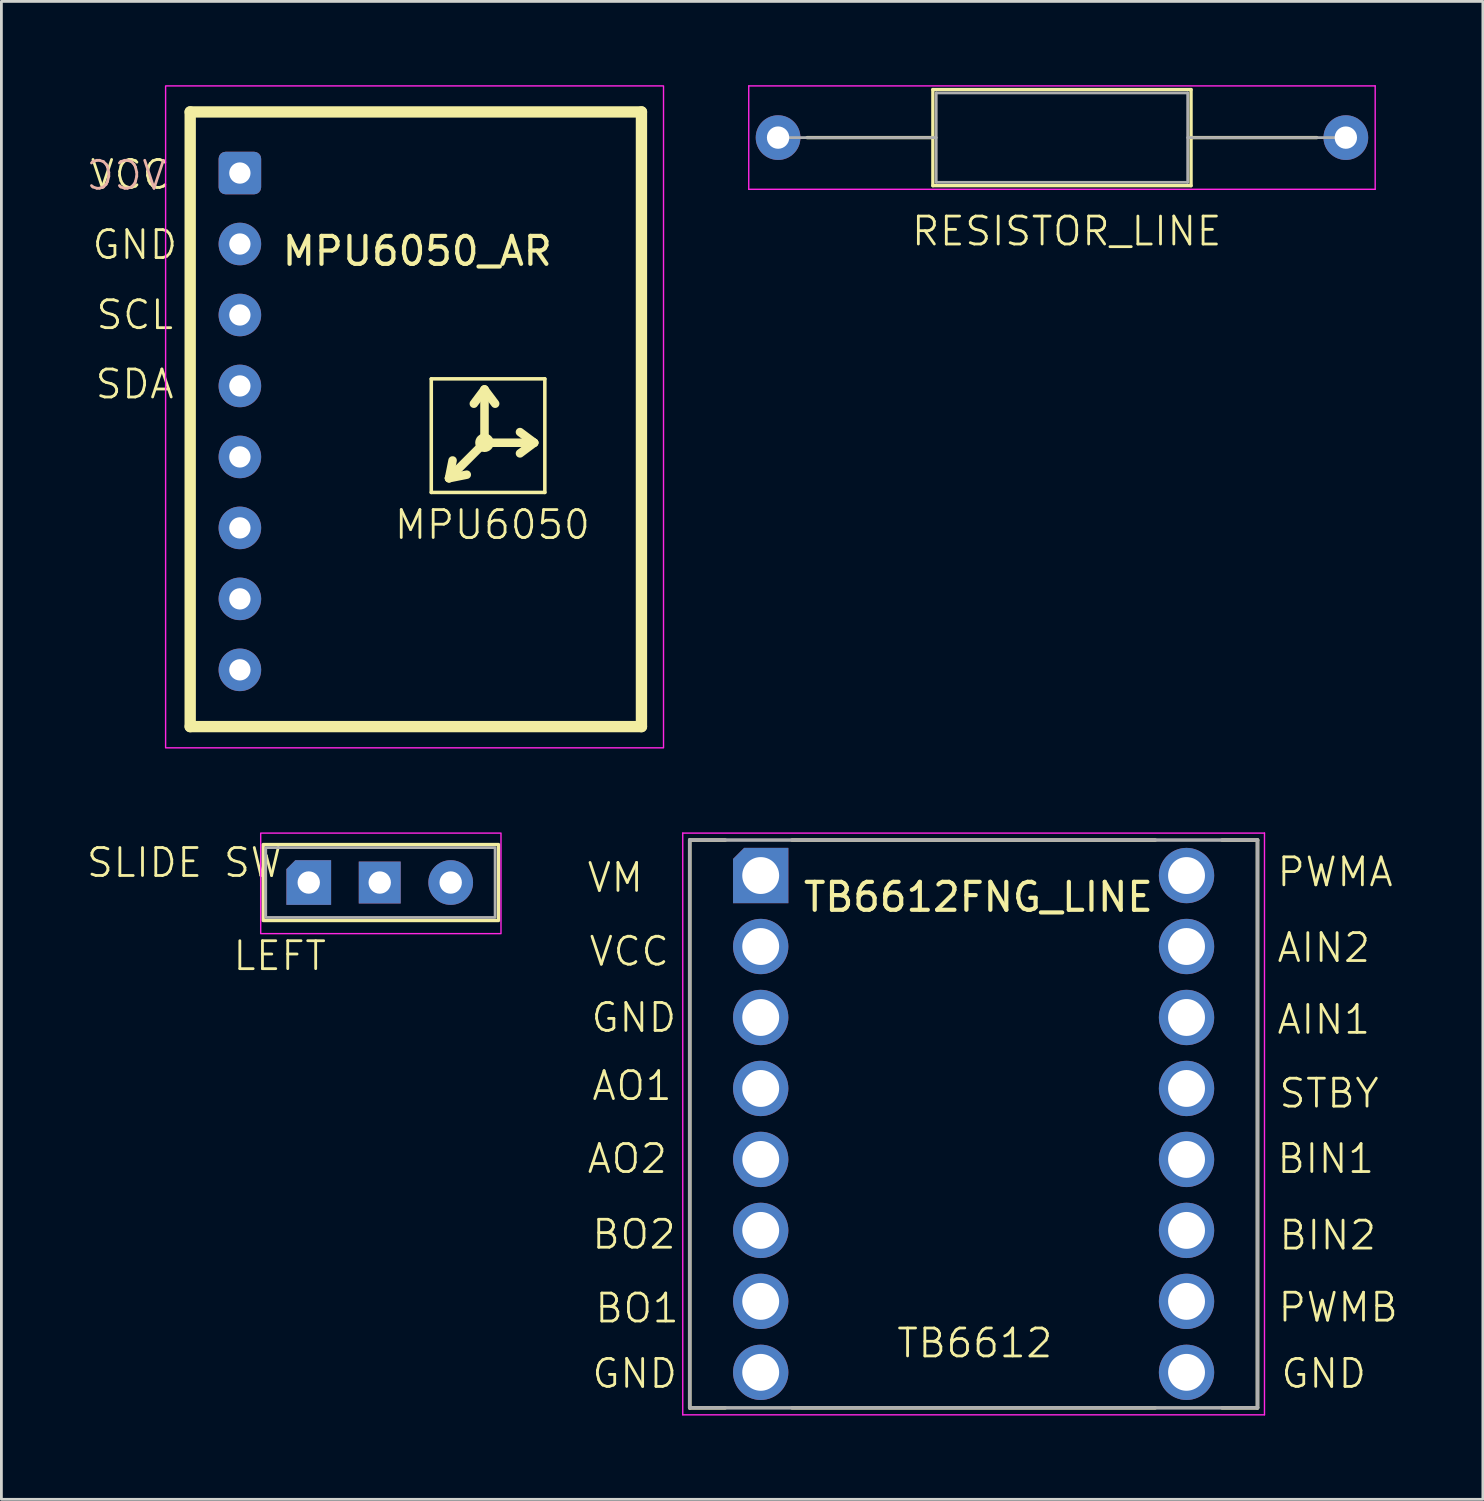
<source format=kicad_pcb>
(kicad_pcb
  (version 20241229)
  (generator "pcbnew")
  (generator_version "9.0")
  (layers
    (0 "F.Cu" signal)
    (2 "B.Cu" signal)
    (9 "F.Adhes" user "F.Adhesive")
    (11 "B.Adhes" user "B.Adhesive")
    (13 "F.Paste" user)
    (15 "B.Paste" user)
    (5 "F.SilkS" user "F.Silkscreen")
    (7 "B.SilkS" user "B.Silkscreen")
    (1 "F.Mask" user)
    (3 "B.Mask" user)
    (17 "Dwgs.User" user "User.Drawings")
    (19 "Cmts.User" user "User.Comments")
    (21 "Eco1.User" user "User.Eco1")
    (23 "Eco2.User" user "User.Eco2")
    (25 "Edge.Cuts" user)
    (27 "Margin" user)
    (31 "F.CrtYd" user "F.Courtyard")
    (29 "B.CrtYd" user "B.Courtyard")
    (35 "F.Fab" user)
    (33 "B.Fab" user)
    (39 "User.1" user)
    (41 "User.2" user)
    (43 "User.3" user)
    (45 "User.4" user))
  (footprint "SLIDE SW"
    (layer "F.Cu")
    (at 10.49 31.615)
    (property "Reference" "SLIDE SW" (at -6.94 -3.79 0) (unlocked yes) (layer "F.SilkS") (effects (font (size 1 1) (thickness 0.1))))
    (attr through_hole)
    (fp_rect (start -4.12 -4.44) (end 4.3 -1.72) (stroke (width 0.12) (type default)) (fill no) (layer "F.SilkS"))
    (fp_rect (start -4.21 -4.85) (end 4.39 -1.25) (stroke (width 0.05) (type default)) (fill no) (layer "F.CrtYd"))
    (fp_rect (start -4.03 -4.33) (end 4.18 -1.83) (stroke (width 0.1) (type default)) (fill no) (layer "F.Fab"))
    (fp_text user "LEFT" (at -5.26 0.13 0) (unlocked yes) (layer "F.SilkS") (effects (font (size 1 1) (thickness 0.1)) (justify left bottom)))
    (pad "1" thru_hole roundrect (at -2.49 -3.08) (size 1.6 1.6) (drill 0.8) (layers "*.Cu" "*.Mask") (roundrect_rratio 0) (chamfer_ratio 0.2) (chamfer top_left))
    (pad "2" thru_hole rect (at 0.05 -3.08) (size 1.5 1.5) (drill 0.8) (layers "*.Cu" "*.Mask"))
    (pad "3" thru_hole circle (at 2.59 -3.08) (size 1.6 1.6) (drill 0.8) (layers "*.Cu" "*.Mask")))
  (footprint "TB6612FNG_LINE"
    (layer "F.Cu")
    (at 31.795 37.175)
    (property "Reference" "TB6612FNG_LINE" (at 0.17 -8.12 0) (layer "F.SilkS") (effects (font (size 1 1) (thickness 0.15))))
    (attr through_hole)
    (fp_line (start -10.16 -10.16) (end -10.16 10.16) (stroke (width 0.127) (type solid)) (layer "F.SilkS"))
    (fp_line (start -8.89 -10.16) (end -10.16 -10.16) (stroke (width 0.127) (type solid)) (layer "F.SilkS"))
    (fp_line (start -8.89 10.16) (end -10.16 10.16) (stroke (width 0.127) (type solid)) (layer "F.SilkS"))
    (fp_line (start -6.5 -10.16) (end 6.5 -10.16) (stroke (width 0.127) (type solid)) (layer "F.SilkS"))
    (fp_line (start -6.5 10.16) (end 6.5 10.16) (stroke (width 0.127) (type solid)) (layer "F.SilkS"))
    (fp_line (start 8.89 -10.16) (end 10.16 -10.16) (stroke (width 0.127) (type solid)) (layer "F.SilkS"))
    (fp_line (start 8.89 10.16) (end 10.16 10.16) (stroke (width 0.127) (type solid)) (layer "F.SilkS"))
    (fp_line (start 10.16 10.16) (end 10.16 -10.16) (stroke (width 0.127) (type solid)) (layer "F.SilkS"))
    (fp_line (start -10.41 -10.41) (end -10.41 10.41) (stroke (width 0.05) (type solid)) (layer "F.CrtYd"))
    (fp_line (start -10.41 10.41) (end 10.41 10.41) (stroke (width 0.05) (type solid)) (layer "F.CrtYd"))
    (fp_line (start 10.41 -10.41) (end -10.41 -10.41) (stroke (width 0.05) (type solid)) (layer "F.CrtYd"))
    (fp_line (start 10.41 10.41) (end 10.41 -10.41) (stroke (width 0.05) (type solid)) (layer "F.CrtYd"))
    (fp_line (start -10.16 -10.16) (end -10.16 10.16) (stroke (width 0.127) (type solid)) (layer "F.Fab"))
    (fp_line (start -10.16 10.16) (end 10.16 10.16) (stroke (width 0.127) (type solid)) (layer "F.Fab"))
    (fp_line (start 10.16 -10.16) (end -10.16 -10.16) (stroke (width 0.127) (type solid)) (layer "F.Fab"))
    (fp_line (start 10.16 10.16) (end 10.16 -10.16) (stroke (width 0.127) (type solid)) (layer "F.Fab"))
    (fp_text user "STBY" (at 10.87 -0.51 0) (unlocked yes) (layer "F.SilkS") (effects (font (size 1 1) (thickness 0.1)) (justify left bottom)))
    (fp_text user "GND" (at -13.72 9.52 0) (unlocked yes) (layer "F.SilkS") (effects (font (size 1 1) (thickness 0.1)) (justify left bottom)))
    (fp_text user "TB6612" (at -2.81 8.43 0) (unlocked yes) (layer "F.SilkS") (effects (font (size 1 1) (thickness 0.1)) (justify left bottom)))
    (fp_text user "GND" (at -13.75 -3.22 0) (unlocked yes) (layer "F.SilkS") (effects (font (size 1 1) (thickness 0.1)) (justify left bottom)))
    (fp_text user "GND" (at 10.94 9.52 0) (unlocked yes) (layer "F.SilkS") (effects (font (size 1 1) (thickness 0.1)) (justify left bottom)))
    (fp_text user "BO2" (at -13.72 4.54 0) (unlocked yes) (layer "F.SilkS") (effects (font (size 1 1) (thickness 0.1)) (justify left bottom)))
    (fp_text user "VCC" (at -13.82 -5.59 0) (unlocked yes) (layer "F.SilkS") (effects (font (size 1 1) (thickness 0.1)) (justify left bottom)))
    (fp_text user "AO1" (at -13.72 -0.78 0) (unlocked yes) (layer "F.SilkS") (effects (font (size 1 1) (thickness 0.1)) (justify left bottom)))
    (fp_text user "BIN1" (at 10.8 1.83 0) (unlocked yes) (layer "F.SilkS") (effects (font (size 1 1) (thickness 0.1)) (justify left bottom)))
    (fp_text user "VM" (at -13.89 -8.23 0) (unlocked yes) (layer "F.SilkS") (effects (font (size 1 1) (thickness 0.1)) (justify left bottom)))
    (fp_text user "PWMA" (at 10.8 -8.43 0) (unlocked yes) (layer "F.SilkS") (effects (font (size 1 1) (thickness 0.1)) (justify left bottom)))
    (fp_text user "AIN2" (at 10.8 -5.72 0) (unlocked yes) (layer "F.SilkS") (effects (font (size 1 1) (thickness 0.1)) (justify left bottom)))
    (fp_text user "PWMB" (at 10.84 7.15 0) (unlocked yes) (layer "F.SilkS") (effects (font (size 1 1) (thickness 0.1)) (justify left bottom)))
    (fp_text user "AIN1" (at 10.8 -3.15 0) (unlocked yes) (layer "F.SilkS") (effects (font (size 1 1) (thickness 0.1)) (justify left bottom)))
    (fp_text user "BIN2" (at 10.87 4.57 0) (unlocked yes) (layer "F.SilkS") (effects (font (size 1 1) (thickness 0.1)) (justify left bottom)))
    (fp_text user "AO2" (at -13.89 1.83 0) (unlocked yes) (layer "F.SilkS") (effects (font (size 1 1) (thickness 0.1)) (justify left bottom)))
    (fp_text user "BO1" (at -13.61 7.18 0) (unlocked yes) (layer "F.SilkS") (effects (font (size 1 1) (thickness 0.1)) (justify left bottom)))
    (pad "1" thru_hole roundrect (at -7.62 -8.89) (size 1.98 1.98) (drill 1.32) (layers "*.Cu" "*.Mask") (roundrect_rratio 0) (chamfer_ratio 0.2) (chamfer top_left))
    (pad "2" thru_hole circle (at -7.62 -6.35) (size 1.98 1.98) (drill 1.32) (layers "*.Cu" "*.Mask"))
    (pad "3" thru_hole circle (at -7.62 -3.81) (size 1.98 1.98) (drill 1.32) (layers "*.Cu" "*.Mask"))
    (pad "4" thru_hole circle (at -7.62 -1.27) (size 1.98 1.98) (drill 1.32) (layers "*.Cu" "*.Mask"))
    (pad "5" thru_hole circle (at -7.62 1.27) (size 1.98 1.98) (drill 1.32) (layers "*.Cu" "*.Mask"))
    (pad "6" thru_hole circle (at -7.62 3.81) (size 1.98 1.98) (drill 1.32) (layers "*.Cu" "*.Mask"))
    (pad "7" thru_hole circle (at -7.62 6.35) (size 1.98 1.98) (drill 1.32) (layers "*.Cu" "*.Mask"))
    (pad "8" thru_hole circle (at -7.62 8.89) (size 1.98 1.98) (drill 1.32) (layers "*.Cu" "*.Mask"))
    (pad "9" thru_hole circle (at 7.62 8.89) (size 1.98 1.98) (drill 1.32) (layers "*.Cu" "*.Mask"))
    (pad "10" thru_hole circle (at 7.62 6.35) (size 1.98 1.98) (drill 1.32) (layers "*.Cu" "*.Mask"))
    (pad "11" thru_hole circle (at 7.62 3.81) (size 1.98 1.98) (drill 1.32) (layers "*.Cu" "*.Mask"))
    (pad "12" thru_hole circle (at 7.62 1.27) (size 1.98 1.98) (drill 1.32) (layers "*.Cu" "*.Mask"))
    (pad "13" thru_hole circle (at 7.62 -1.27) (size 1.98 1.98) (drill 1.32) (layers "*.Cu" "*.Mask"))
    (pad "14" thru_hole circle (at 7.62 -3.81) (size 1.98 1.98) (drill 1.32) (layers "*.Cu" "*.Mask"))
    (pad "15" thru_hole circle (at 7.62 -6.35) (size 1.98 1.98) (drill 1.32) (layers "*.Cu" "*.Mask"))
    (pad "16" thru_hole circle (at 7.62 -8.89) (size 1.98 1.98) (drill 1.32) (layers "*.Cu" "*.Mask")))
  (footprint "RESISTOR_LINE"
    (layer "F.Cu")
    (at 35.127 5.725)
    (property "Reference" "RESISTOR_LINE" (at 0 -0.5 0) (unlocked yes) (layer "F.SilkS") (effects (font (size 1 1) (thickness 0.1))))
    (attr through_hole)
    (fp_line (start -9.29 -3.85) (end -4.79 -3.85) (stroke (width 0.12) (type solid)) (layer "F.SilkS"))
    (fp_line (start -4.79 -5.57) (end -4.79 -2.13) (stroke (width 0.12) (type solid)) (layer "F.SilkS"))
    (fp_line (start -4.79 -2.13) (end 4.45 -2.13) (stroke (width 0.12) (type solid)) (layer "F.SilkS"))
    (fp_line (start 4.45 -5.57) (end -4.79 -5.57) (stroke (width 0.12) (type solid)) (layer "F.SilkS"))
    (fp_line (start 4.45 -2.13) (end 4.45 -5.57) (stroke (width 0.12) (type solid)) (layer "F.SilkS"))
    (fp_line (start 8.95 -3.85) (end 4.45 -3.85) (stroke (width 0.12) (type solid)) (layer "F.SilkS"))
    (fp_line (start -11.38 -5.7) (end -11.38 -2) (stroke (width 0.05) (type solid)) (layer "F.CrtYd"))
    (fp_line (start -11.38 -2) (end 11.04 -2) (stroke (width 0.05) (type solid)) (layer "F.CrtYd"))
    (fp_line (start 11.04 -5.7) (end -11.38 -5.7) (stroke (width 0.05) (type solid)) (layer "F.CrtYd"))
    (fp_line (start 11.04 -2) (end 11.04 -5.7) (stroke (width 0.05) (type solid)) (layer "F.CrtYd"))
    (fp_line (start -10.33 -3.85) (end -4.67 -3.85) (stroke (width 0.1) (type solid)) (layer "F.Fab"))
    (fp_line (start -4.67 -5.45) (end -4.67 -2.25) (stroke (width 0.1) (type solid)) (layer "F.Fab"))
    (fp_line (start -4.67 -2.25) (end 4.33 -2.25) (stroke (width 0.1) (type solid)) (layer "F.Fab"))
    (fp_line (start 4.33 -5.45) (end -4.67 -5.45) (stroke (width 0.1) (type solid)) (layer "F.Fab"))
    (fp_line (start 4.33 -2.25) (end 4.33 -5.45) (stroke (width 0.1) (type solid)) (layer "F.Fab"))
    (fp_line (start 9.99 -3.85) (end 4.33 -3.85) (stroke (width 0.1) (type solid)) (layer "F.Fab"))
    (pad "1" thru_hole circle (at -10.33 -3.85) (size 1.6 1.6) (drill 0.8) (layers "*.Cu" "*.Mask"))
    (pad "2" thru_hole oval (at 9.99 -3.85) (size 1.6 1.6) (drill 0.8) (layers "*.Cu" "*.Mask")))
  (footprint "MPU6050_AR"
    (layer "F.Cu")
    (at 3.757 22.955)
    (property "Reference" "MPU6050_AR" (at 8.128 -17.018 0) (layer "F.SilkS") (effects (font (size 1 1) (thickness 0.15))))
    (attr smd)
    (fp_line (start 0 -22) (end 0 0) (stroke (width 0.406) (type solid)) (layer "F.SilkS"))
    (fp_line (start 0 0) (end 16.15 0) (stroke (width 0.406) (type solid)) (layer "F.SilkS"))
    (fp_line (start 8.628 -12.446) (end 8.628 -8.382) (stroke (width 0.127) (type solid)) (layer "F.SilkS"))
    (fp_line (start 8.628 -8.382) (end 12.692 -8.382) (stroke (width 0.127) (type solid)) (layer "F.SilkS"))
    (fp_line (start 9.263 -8.89) (end 9.39 -9.525) (stroke (width 0.305) (type solid)) (layer "F.SilkS"))
    (fp_line (start 9.263 -8.89) (end 9.898 -9.017) (stroke (width 0.305) (type solid)) (layer "F.SilkS"))
    (fp_line (start 10.533 -12.065) (end 10.152 -11.557) (stroke (width 0.305) (type solid)) (layer "F.SilkS"))
    (fp_line (start 10.533 -10.16) (end 9.263 -8.89) (stroke (width 0.305) (type solid)) (layer "F.SilkS"))
    (fp_line (start 10.533 -10.16) (end 10.533 -12.065) (stroke (width 0.305) (type solid)) (layer "F.SilkS"))
    (fp_line (start 10.533 -10.16) (end 12.311 -10.16) (stroke (width 0.305) (type solid)) (layer "F.SilkS"))
    (fp_line (start 10.914 -11.557) (end 10.533 -12.065) (stroke (width 0.305) (type solid)) (layer "F.SilkS"))
    (fp_line (start 11.803 -10.541) (end 12.311 -10.16) (stroke (width 0.305) (type solid)) (layer "F.SilkS"))
    (fp_line (start 12.311 -10.16) (end 11.803 -9.779) (stroke (width 0.305) (type solid)) (layer "F.SilkS"))
    (fp_line (start 12.692 -12.446) (end 8.628 -12.446) (stroke (width 0.127) (type solid)) (layer "F.SilkS"))
    (fp_line (start 12.692 -8.382) (end 12.692 -12.446) (stroke (width 0.127) (type solid)) (layer "F.SilkS"))
    (fp_line (start 16.15 -22) (end 0 -22) (stroke (width 0.406) (type solid)) (layer "F.SilkS"))
    (fp_line (start 16.15 0) (end 16.15 -22) (stroke (width 0.406) (type solid)) (layer "F.SilkS"))
    (fp_circle (center 10.533 -10.16) (end 10.713 -10.16) (stroke (width 0.305) (type solid)) (fill no) (layer "F.SilkS"))
    (fp_rect (start -0.88 -22.93) (end 16.94 0.76) (stroke (width 0.05) (type default)) (fill no) (layer "F.CrtYd"))
    (fp_text user "SCL" (at -3.43 -14.15 0) (unlocked yes) (layer "F.SilkS") (effects (font (size 1 1) (thickness 0.1)) (justify left bottom)))
    (fp_text user "SDA" (at -3.46 -11.67 0) (unlocked yes) (layer "F.SilkS") (effects (font (size 1 1) (thickness 0.1)) (justify left bottom)))
    (fp_text user "VCC" (at -3.64 -19.17 0) (unlocked yes) (layer "F.SilkS") (effects (font (size 1 1) (thickness 0.1)) (justify left bottom)))
    (fp_text user "MPU6050" (at 7.25 -6.64 0) (unlocked yes) (layer "F.SilkS") (effects (font (size 1 1) (thickness 0.1)) (justify left bottom)))
    (fp_text user "GND" (at -3.57 -16.66 0) (unlocked yes) (layer "F.SilkS") (effects (font (size 1 1) (thickness 0.1)) (justify left bottom)))
    (fp_text user "VCC" (at -0.8 -19.14 0) (unlocked yes) (layer "B.SilkS") (effects (font (size 1 1) (thickness 0.1)) (justify left bottom mirror)))
    (pad "1" thru_hole roundrect (at 1.778 -19.812) (size 1.524 1.524) (drill 0.762) (layers "*.Cu" "*.Mask") (roundrect_rratio 0.164))
    (pad "2" thru_hole circle (at 1.778 -17.272) (size 1.524 1.524) (drill 0.762) (layers "*.Cu" "*.Mask"))
    (pad "3" thru_hole circle (at 1.778 -14.732) (size 1.524 1.524) (drill 0.762) (layers "*.Cu" "*.Mask"))
    (pad "4" thru_hole circle (at 1.778 -12.192) (size 1.524 1.524) (drill 0.762) (layers "*.Cu" "*.Mask"))
    (pad "5" thru_hole circle (at 1.778 -9.652) (size 1.524 1.524) (drill 0.762) (layers "*.Cu" "*.Mask"))
    (pad "6" thru_hole circle (at 1.778 -7.112) (size 1.524 1.524) (drill 0.762) (layers "*.Cu" "*.Mask"))
    (pad "7" thru_hole circle (at 1.778 -4.572) (size 1.524 1.524) (drill 0.762) (layers "*.Cu" "*.Mask"))
    (pad "8" thru_hole circle (at 1.778 -2.032) (size 1.524 1.524) (drill 0.762) (layers "*.Cu" "*.Mask")))
  (gr_rect
    (start -3 -3)
    (end 50.021 50.61)
    (stroke (width 0.1) (type default))
    (fill no)
    (layer "Edge.Cuts")))
</source>
